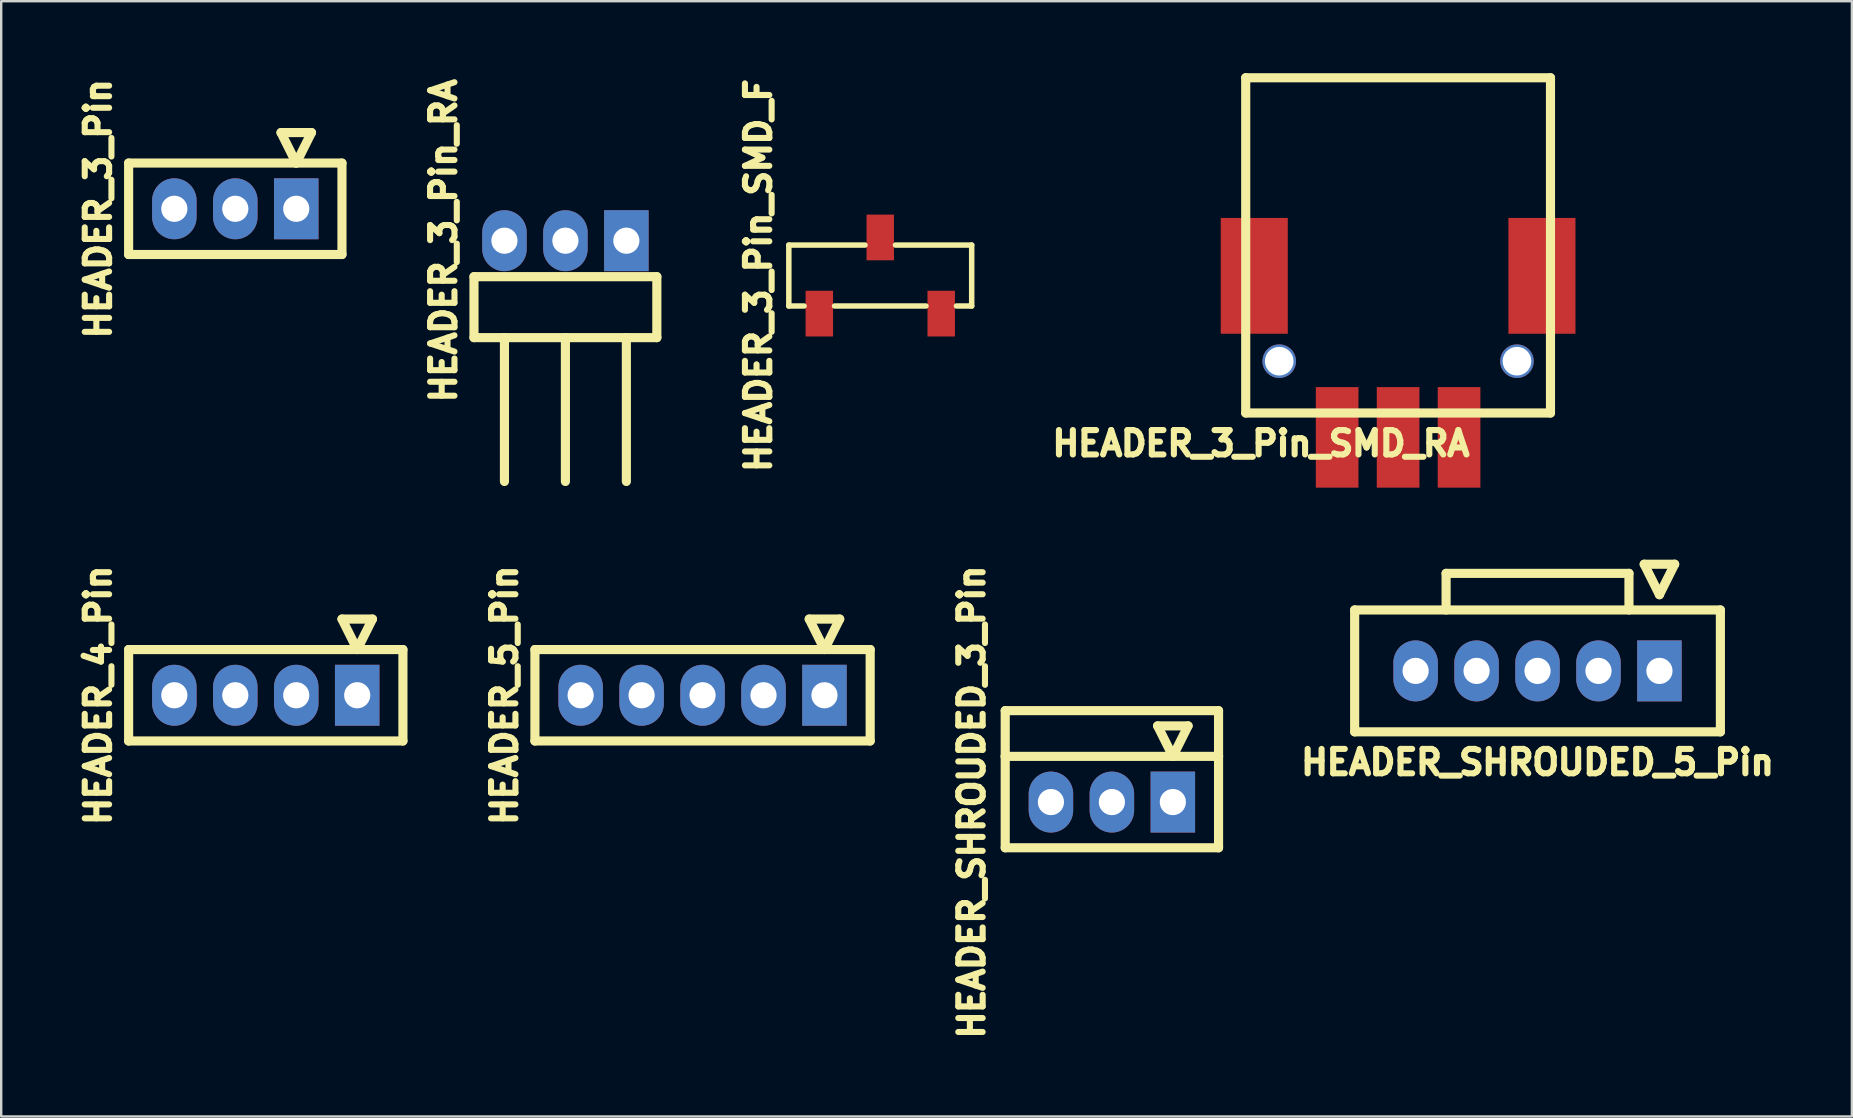
<source format=kicad_pcb>
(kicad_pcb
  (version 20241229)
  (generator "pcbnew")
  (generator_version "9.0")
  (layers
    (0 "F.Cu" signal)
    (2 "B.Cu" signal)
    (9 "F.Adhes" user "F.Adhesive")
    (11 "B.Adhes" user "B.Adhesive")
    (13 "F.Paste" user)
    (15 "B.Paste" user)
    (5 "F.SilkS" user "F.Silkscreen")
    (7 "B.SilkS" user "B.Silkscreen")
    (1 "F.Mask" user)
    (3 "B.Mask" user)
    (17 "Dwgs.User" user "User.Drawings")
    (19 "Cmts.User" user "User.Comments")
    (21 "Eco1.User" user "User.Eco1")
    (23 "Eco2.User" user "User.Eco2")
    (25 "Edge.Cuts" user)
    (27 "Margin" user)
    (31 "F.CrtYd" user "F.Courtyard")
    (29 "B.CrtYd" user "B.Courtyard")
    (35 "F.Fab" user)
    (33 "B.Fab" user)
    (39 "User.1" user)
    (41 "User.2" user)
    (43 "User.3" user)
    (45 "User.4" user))
  (footprint "HEADER_3_Pin"
    (layer "F.Cu")
    (at 6.755 5.65)
    (property "Reference" "HEADER_3_Pin" (at -5.715 0 90) (layer "F.SilkS") (effects (font (size 1.016 1.016) (thickness 0.254))))
    (property "Value" "${VALUE}" (at 0 -3.175 0) (layer "F.SilkS") (hide yes) (effects (font (size 1.524 1.524) (thickness 0.305))))
    (attr through_hole)
    (fp_line (start -4.445 -1.905) (end -4.445 1.905) (stroke (width 0.381) (type solid)) (layer "F.SilkS"))
    (fp_line (start -4.445 -1.905) (end 4.445 -1.905) (stroke (width 0.381) (type solid)) (layer "F.SilkS"))
    (fp_line (start -4.445 1.905) (end 4.445 1.905) (stroke (width 0.381) (type solid)) (layer "F.SilkS"))
    (fp_line (start 1.905 -3.175) (end 2.54 -1.905) (stroke (width 0.381) (type solid)) (layer "F.SilkS"))
    (fp_line (start 2.54 -1.905) (end 3.175 -3.175) (stroke (width 0.381) (type solid)) (layer "F.SilkS"))
    (fp_line (start 3.175 -3.175) (end 1.905 -3.175) (stroke (width 0.381) (type solid)) (layer "F.SilkS"))
    (fp_line (start 4.445 1.905) (end 4.445 -1.905) (stroke (width 0.381) (type solid)) (layer "F.SilkS"))
    (pad "1" thru_hole rect (at 2.54 0) (size 1.854 2.54) (drill 1.092) (layers "*.Cu" "*.Mask"))
    (pad "2" thru_hole oval (at 0 0) (size 1.854 2.54) (drill 1.092) (layers "*.Cu" "*.Mask"))
    (pad "3" thru_hole oval (at -2.54 0) (size 1.854 2.54) (drill 1.092) (layers "*.Cu" "*.Mask")))
  (footprint "HEADER_4_Pin"
    (layer "F.Cu")
    (at 8.025 25.922)
    (property "Reference" "HEADER_4_Pin" (at -6.985 0 90) (layer "F.SilkS") (effects (font (size 1.016 1.016) (thickness 0.254))))
    (property "Value" "${VALUE}" (at 0 -3.175 0) (layer "F.SilkS") (hide yes) (effects (font (size 1.524 1.524) (thickness 0.305))))
    (attr through_hole)
    (fp_line (start -5.715 -1.905) (end -5.715 1.905) (stroke (width 0.381) (type solid)) (layer "F.SilkS"))
    (fp_line (start 3.175 -3.175) (end 3.81 -1.905) (stroke (width 0.381) (type solid)) (layer "F.SilkS"))
    (fp_line (start 3.81 -1.905) (end 4.445 -3.175) (stroke (width 0.381) (type solid)) (layer "F.SilkS"))
    (fp_line (start 4.445 -3.175) (end 3.175 -3.175) (stroke (width 0.381) (type solid)) (layer "F.SilkS"))
    (fp_line (start 5.715 -1.905) (end -5.715 -1.905) (stroke (width 0.381) (type solid)) (layer "F.SilkS"))
    (fp_line (start 5.715 1.905) (end -5.715 1.905) (stroke (width 0.381) (type solid)) (layer "F.SilkS"))
    (fp_line (start 5.715 1.905) (end 5.715 -1.905) (stroke (width 0.381) (type solid)) (layer "F.SilkS"))
    (pad "1" thru_hole rect (at 3.81 0) (size 1.854 2.54) (drill 1.092) (layers "*.Cu" "*.Mask"))
    (pad "2" thru_hole oval (at 1.27 0) (size 1.854 2.54) (drill 1.092) (layers "*.Cu" "*.Mask"))
    (pad "3" thru_hole oval (at -1.27 0) (size 1.854 2.54) (drill 1.092) (layers "*.Cu" "*.Mask"))
    (pad "4" thru_hole oval (at -3.81 0) (size 1.854 2.54) (drill 1.092) (layers "*.Cu" "*.Mask")))
  (footprint "HEADER_3_Pin_RA"
    (layer "F.Cu")
    (at 20.511 6.98)
    (property "Reference" "HEADER_3_Pin_RA" (at -5.08 0 90) (layer "F.SilkS") (effects (font (size 1.016 1.016) (thickness 0.254))))
    (property "Value" "${VALUE}" (at 0 -3.175 0) (layer "F.SilkS") (hide yes) (effects (font (size 1.524 1.524) (thickness 0.305))))
    (attr through_hole)
    (fp_line (start -3.81 1.499) (end -3.81 4.039) (stroke (width 0.381) (type solid)) (layer "F.SilkS"))
    (fp_line (start -3.81 1.499) (end 3.81 1.499) (stroke (width 0.381) (type solid)) (layer "F.SilkS"))
    (fp_line (start -3.81 4.039) (end 3.81 4.039) (stroke (width 0.381) (type solid)) (layer "F.SilkS"))
    (fp_line (start -2.54 4.039) (end -2.54 10.033) (stroke (width 0.381) (type solid)) (layer "F.SilkS"))
    (fp_line (start 0 4.039) (end 0 10.033) (stroke (width 0.381) (type solid)) (layer "F.SilkS"))
    (fp_line (start 2.54 4.039) (end 2.54 10.033) (stroke (width 0.381) (type solid)) (layer "F.SilkS"))
    (fp_line (start 3.81 1.499) (end 3.81 4.039) (stroke (width 0.381) (type solid)) (layer "F.SilkS"))
    (pad "1" thru_hole rect (at 2.54 0) (size 1.854 2.54) (drill 1.092) (layers "*.Cu" "*.Mask"))
    (pad "2" thru_hole oval (at 0 0) (size 1.854 2.54) (drill 1.092) (layers "*.Cu" "*.Mask"))
    (pad "3" thru_hole oval (at -2.54 0) (size 1.854 2.54) (drill 1.092) (layers "*.Cu" "*.Mask")))
  (footprint "HEADER_5_Pin"
    (layer "F.Cu")
    (at 26.226 25.922)
    (property "Reference" "HEADER_5_Pin" (at -8.255 0 90) (layer "F.SilkS") (effects (font (size 1.016 1.016) (thickness 0.254))))
    (property "Value" "${VALUE}" (at 0 -3.175 0) (layer "F.SilkS") (hide yes) (effects (font (size 1.524 1.524) (thickness 0.305))))
    (attr through_hole)
    (fp_line (start -6.985 -1.905) (end -6.985 1.905) (stroke (width 0.381) (type solid)) (layer "F.SilkS"))
    (fp_line (start -6.985 -1.905) (end 6.985 -1.905) (stroke (width 0.381) (type solid)) (layer "F.SilkS"))
    (fp_line (start -6.985 1.905) (end 6.985 1.905) (stroke (width 0.381) (type solid)) (layer "F.SilkS"))
    (fp_line (start 4.445 -3.175) (end 5.08 -1.905) (stroke (width 0.381) (type solid)) (layer "F.SilkS"))
    (fp_line (start 5.08 -1.905) (end 5.715 -3.175) (stroke (width 0.381) (type solid)) (layer "F.SilkS"))
    (fp_line (start 5.715 -3.175) (end 4.445 -3.175) (stroke (width 0.381) (type solid)) (layer "F.SilkS"))
    (fp_line (start 6.985 1.905) (end 6.985 -1.905) (stroke (width 0.381) (type solid)) (layer "F.SilkS"))
    (pad "1" thru_hole rect (at 5.08 0) (size 1.854 2.54) (drill 1.092) (layers "*.Cu" "*.Mask"))
    (pad "2" thru_hole oval (at 2.54 0) (size 1.854 2.54) (drill 1.092) (layers "*.Cu" "*.Mask"))
    (pad "3" thru_hole oval (at 0 0) (size 1.854 2.54) (drill 1.092) (layers "*.Cu" "*.Mask"))
    (pad "4" thru_hole oval (at -2.54 0) (size 1.854 2.54) (drill 1.092) (layers "*.Cu" "*.Mask"))
    (pad "5" thru_hole oval (at -5.08 0) (size 1.854 2.54) (drill 1.092) (layers "*.Cu" "*.Mask")))
  (footprint "HEADER_SHROUDED_3_Pin"
    (layer "F.Cu")
    (at 43.283 30.373)
    (property "Reference" "HEADER_SHROUDED_3_Pin" (at -5.842 0 90) (layer "F.SilkS") (effects (font (size 1.016 1.016) (thickness 0.254))))
    (property "Value" "${VALUE}" (at 0 -5.08 0) (layer "F.SilkS") (hide yes) (effects (font (size 1.016 1.016) (thickness 0.254))))
    (attr through_hole)
    (fp_line (start -4.445 -3.81) (end -4.445 -1.905) (stroke (width 0.381) (type solid)) (layer "F.SilkS"))
    (fp_line (start -4.445 -3.81) (end 4.445 -3.81) (stroke (width 0.381) (type solid)) (layer "F.SilkS"))
    (fp_line (start -4.445 -1.905) (end -4.445 1.905) (stroke (width 0.381) (type solid)) (layer "F.SilkS"))
    (fp_line (start -4.445 1.905) (end 4.445 1.905) (stroke (width 0.381) (type solid)) (layer "F.SilkS"))
    (fp_line (start 1.905 -3.175) (end 2.54 -1.905) (stroke (width 0.381) (type solid)) (layer "F.SilkS"))
    (fp_line (start 2.54 -1.905) (end 3.175 -3.175) (stroke (width 0.381) (type solid)) (layer "F.SilkS"))
    (fp_line (start 3.175 -3.175) (end 1.905 -3.175) (stroke (width 0.381) (type solid)) (layer "F.SilkS"))
    (fp_line (start 4.445 -3.81) (end 4.445 -1.905) (stroke (width 0.381) (type solid)) (layer "F.SilkS"))
    (fp_line (start 4.445 -1.905) (end -4.445 -1.905) (stroke (width 0.381) (type solid)) (layer "F.SilkS"))
    (fp_line (start 4.445 1.905) (end 4.445 -1.905) (stroke (width 0.381) (type solid)) (layer "F.SilkS"))
    (pad "1" thru_hole rect (at 2.54 0) (size 1.854 2.54) (drill 1.092) (layers "*.Cu" "*.Mask"))
    (pad "2" thru_hole oval (at 0 0) (size 1.854 2.54) (drill 1.092) (layers "*.Cu" "*.Mask"))
    (pad "3" thru_hole oval (at -2.54 0) (size 1.854 2.54) (drill 1.092) (layers "*.Cu" "*.Mask")))
  (footprint "HEADER_3_Pin_SMD_RA"
    (layer "F.Cu")
    (at 55.21 8.445)
    (property "Reference" "HEADER_3_Pin_SMD_RA" (at -5.715 6.985 0) (layer "F.SilkS") (effects (font (size 1.016 1.016) (thickness 0.254))))
    (property "Value" "${VALUE}" (at 0.635 -3.81 0) (layer "F.SilkS") (hide yes) (effects (font (size 1.524 1.524) (thickness 0.305))))
    (attr through_hole)
    (fp_line (start -6.35 -8.255) (end -6.35 5.715) (stroke (width 0.381) (type solid)) (layer "F.SilkS"))
    (fp_line (start -6.35 -8.255) (end 6.35 -8.255) (stroke (width 0.381) (type solid)) (layer "F.SilkS"))
    (fp_line (start -6.35 5.715) (end 6.35 5.715) (stroke (width 0.381) (type solid)) (layer "F.SilkS"))
    (fp_line (start 6.35 -8.255) (end 6.35 5.715) (stroke (width 0.381) (type solid)) (layer "F.SilkS"))
    (pad "" smd rect (at -5.994 0) (size 2.794 4.826) (layers "F.Cu" "F.Mask" "F.Paste"))
    (pad "" thru_hole circle (at -4.953 3.556) (size 1.397 1.397) (drill 1.194) (layers "*.Cu" "*.Mask"))
    (pad "" thru_hole circle (at 4.953 3.556) (size 1.397 1.397) (drill 1.194) (layers "*.Cu" "*.Mask"))
    (pad "" smd rect (at 5.994 0) (size 2.794 4.826) (layers "F.Cu" "F.Mask" "F.Paste"))
    (pad "1" smd rect (at -2.54 6.731) (size 1.778 4.191) (layers "F.Cu" "F.Mask" "F.Paste"))
    (pad "2" smd rect (at 0 6.731) (size 1.778 4.191) (layers "F.Cu" "F.Mask" "F.Paste"))
    (pad "3" smd rect (at 2.54 6.731) (size 1.778 4.191) (layers "F.Cu" "F.Mask" "F.Paste")))
  (footprint "HEADER_3_Pin_SMD_F"
    (layer "F.Cu")
    (at 33.631 8.432)
    (property "Reference" "HEADER_3_Pin_SMD_F" (at -5.08 0 90) (layer "F.SilkS") (effects (font (size 1.016 1.016) (thickness 0.254))))
    (property "Value" "${VALUE}" (at 0.635 -3.81 0) (layer "F.SilkS") (hide yes) (effects (font (size 1.524 1.524) (thickness 0.305))))
    (attr through_hole)
    (fp_line (start -3.81 -1.27) (end -3.81 1.27) (stroke (width 0.229) (type solid)) (layer "F.SilkS"))
    (fp_line (start -3.81 1.27) (end -3.175 1.27) (stroke (width 0.229) (type solid)) (layer "F.SilkS"))
    (fp_line (start -1.905 1.27) (end 1.905 1.27) (stroke (width 0.229) (type solid)) (layer "F.SilkS"))
    (fp_line (start -0.635 -1.27) (end -3.81 -1.27) (stroke (width 0.229) (type solid)) (layer "F.SilkS"))
    (fp_line (start 0.635 -1.27) (end 3.81 -1.27) (stroke (width 0.229) (type solid)) (layer "F.SilkS"))
    (fp_line (start 3.81 -1.27) (end 3.81 1.27) (stroke (width 0.229) (type solid)) (layer "F.SilkS"))
    (fp_line (start 3.81 1.27) (end 3.175 1.27) (stroke (width 0.229) (type solid)) (layer "F.SilkS"))
    (pad "1" smd rect (at 2.54 1.587) (size 1.143 1.905) (layers "F.Cu" "F.Mask" "F.Paste"))
    (pad "2" smd rect (at -2.54 1.587) (size 1.143 1.905) (layers "F.Cu" "F.Mask" "F.Paste"))
    (pad "2" smd rect (at 0 -1.587) (size 1.143 1.905) (layers "F.Cu" "F.Mask" "F.Paste")))
  (footprint "HEADER_SHROUDED_5_Pin"
    (layer "F.Cu")
    (at 61.02 24.907)
    (property "Reference" "HEADER_SHROUDED_5_Pin" (at 0 3.81 180) (layer "F.SilkS") (effects (font (size 1.016 1.016) (thickness 0.254))))
    (property "Value" "${VALUE}" (at 0 -5.08 0) (layer "F.SilkS") (hide yes) (effects (font (size 1.016 1.016) (thickness 0.254))))
    (attr through_hole)
    (fp_line (start -7.62 -2.54) (end -7.62 2.54) (stroke (width 0.381) (type solid)) (layer "F.SilkS"))
    (fp_line (start -7.62 2.54) (end 7.62 2.54) (stroke (width 0.381) (type solid)) (layer "F.SilkS"))
    (fp_line (start -3.81 -4.064) (end 3.81 -4.064) (stroke (width 0.381) (type solid)) (layer "F.SilkS"))
    (fp_line (start -3.81 -2.54) (end -3.81 -4.064) (stroke (width 0.381) (type solid)) (layer "F.SilkS"))
    (fp_line (start 3.81 -2.54) (end 3.81 -4.064) (stroke (width 0.381) (type solid)) (layer "F.SilkS"))
    (fp_line (start 4.445 -4.445) (end 5.08 -3.175) (stroke (width 0.381) (type solid)) (layer "F.SilkS"))
    (fp_line (start 5.08 -3.175) (end 5.715 -4.445) (stroke (width 0.381) (type solid)) (layer "F.SilkS"))
    (fp_line (start 5.715 -4.445) (end 4.445 -4.445) (stroke (width 0.381) (type solid)) (layer "F.SilkS"))
    (fp_line (start 7.62 -2.54) (end -7.62 -2.54) (stroke (width 0.381) (type solid)) (layer "F.SilkS"))
    (fp_line (start 7.62 2.54) (end 7.62 -2.54) (stroke (width 0.381) (type solid)) (layer "F.SilkS"))
    (pad "1" thru_hole rect (at 5.08 0) (size 1.854 2.54) (drill 1.092) (layers "*.Cu" "*.Mask"))
    (pad "2" thru_hole oval (at 2.54 0) (size 1.854 2.54) (drill 1.092) (layers "*.Cu" "*.Mask"))
    (pad "3" thru_hole oval (at 0 0) (size 1.854 2.54) (drill 1.092) (layers "*.Cu" "*.Mask"))
    (pad "4" thru_hole oval (at -2.54 0) (size 1.854 2.54) (drill 1.092) (layers "*.Cu" "*.Mask"))
    (pad "5" thru_hole oval (at -5.08 0) (size 1.854 2.54) (drill 1.092) (layers "*.Cu" "*.Mask")))
  (gr_rect
    (start -3 -3)
    (end 74.12 43.473)
    (stroke (width 0.1) (type default))
    (fill no)
    (layer "Edge.Cuts")))
</source>
